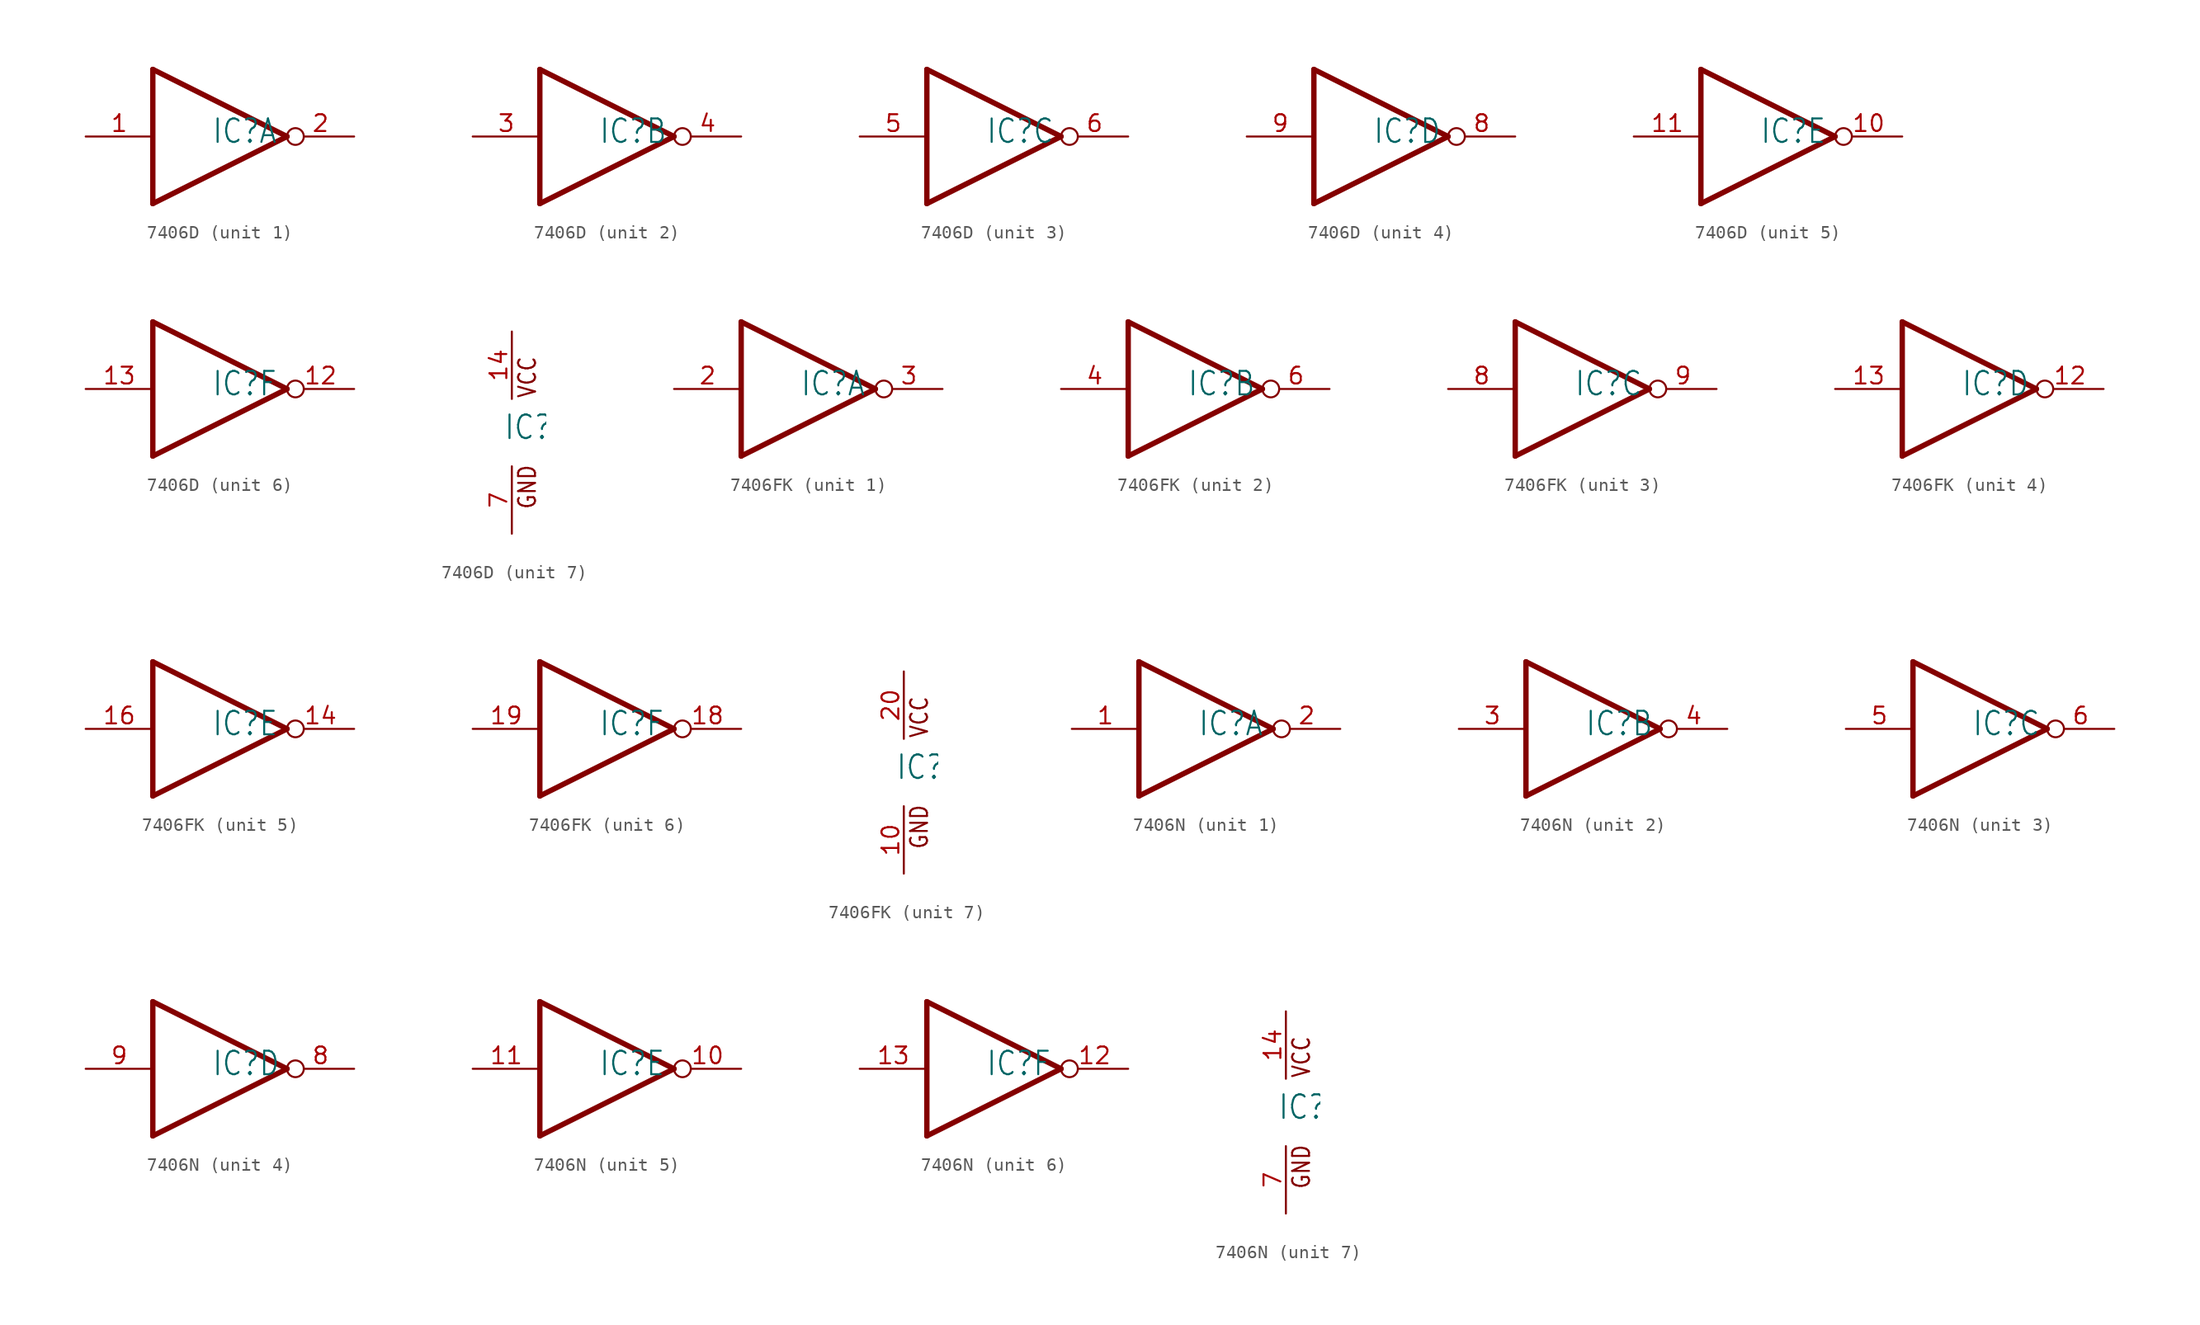
<source format=kicad_sym>
(kicad_symbol_lib
  (version 20231120)
  (generator "kicad_symbol_editor")
  (generator_version "8.0")
  (symbol "7406D"
    (property "Reference" "IC"
      (at -0.635 -0.635 0)
      (effects (font (size 1.778 1.511)) (justify left bottom)))
    (property "ki_locked" ""
      (at 0 0 0)
      (effects (font (size 1.27 1.27))))
    (symbol "7406D_1_0"
      (polyline (pts (xy -5.08 -5.08) (xy -5.08 5.08)) (stroke (width 0.406) (type solid)) (fill (type none)))
      (polyline (pts (xy -5.08 5.08) (xy 5.08 0)) (stroke (width 0.406) (type solid)) (fill (type none)))
      (polyline (pts (xy 5.08 0) (xy -5.08 -5.08)) (stroke (width 0.406) (type solid)) (fill (type none)))
      (pin input line (at -10.16 0 0) (length 5.08) (name "I" (effects (font (size 0 0)))) (number "1" (effects (font (size 1.27 1.27)))))
      (pin open_collector inverted (at 10.16 0 180) (length 5.08) (name "O" (effects (font (size 0 0)))) (number "2" (effects (font (size 1.27 1.27))))))
    (symbol "7406D_2_0"
      (polyline (pts (xy -5.08 -5.08) (xy -5.08 5.08)) (stroke (width 0.406) (type solid)) (fill (type none)))
      (polyline (pts (xy -5.08 5.08) (xy 5.08 0)) (stroke (width 0.406) (type solid)) (fill (type none)))
      (polyline (pts (xy 5.08 0) (xy -5.08 -5.08)) (stroke (width 0.406) (type solid)) (fill (type none)))
      (pin input line (at -10.16 0 0) (length 5.08) (name "I" (effects (font (size 0 0)))) (number "3" (effects (font (size 1.27 1.27)))))
      (pin open_collector inverted (at 10.16 0 180) (length 5.08) (name "O" (effects (font (size 0 0)))) (number "4" (effects (font (size 1.27 1.27))))))
    (symbol "7406D_3_0"
      (polyline (pts (xy -5.08 -5.08) (xy -5.08 5.08)) (stroke (width 0.406) (type solid)) (fill (type none)))
      (polyline (pts (xy -5.08 5.08) (xy 5.08 0)) (stroke (width 0.406) (type solid)) (fill (type none)))
      (polyline (pts (xy 5.08 0) (xy -5.08 -5.08)) (stroke (width 0.406) (type solid)) (fill (type none)))
      (pin input line (at -10.16 0 0) (length 5.08) (name "I" (effects (font (size 0 0)))) (number "5" (effects (font (size 1.27 1.27)))))
      (pin open_collector inverted (at 10.16 0 180) (length 5.08) (name "O" (effects (font (size 0 0)))) (number "6" (effects (font (size 1.27 1.27))))))
    (symbol "7406D_4_0"
      (polyline (pts (xy -5.08 -5.08) (xy -5.08 5.08)) (stroke (width 0.406) (type solid)) (fill (type none)))
      (polyline (pts (xy -5.08 5.08) (xy 5.08 0)) (stroke (width 0.406) (type solid)) (fill (type none)))
      (polyline (pts (xy 5.08 0) (xy -5.08 -5.08)) (stroke (width 0.406) (type solid)) (fill (type none)))
      (pin open_collector inverted (at 10.16 0 180) (length 5.08) (name "O" (effects (font (size 0 0)))) (number "8" (effects (font (size 1.27 1.27)))))
      (pin input line (at -10.16 0 0) (length 5.08) (name "I" (effects (font (size 0 0)))) (number "9" (effects (font (size 1.27 1.27))))))
    (symbol "7406D_5_0"
      (polyline (pts (xy -5.08 -5.08) (xy -5.08 5.08)) (stroke (width 0.406) (type solid)) (fill (type none)))
      (polyline (pts (xy -5.08 5.08) (xy 5.08 0)) (stroke (width 0.406) (type solid)) (fill (type none)))
      (polyline (pts (xy 5.08 0) (xy -5.08 -5.08)) (stroke (width 0.406) (type solid)) (fill (type none)))
      (pin open_collector inverted (at 10.16 0 180) (length 5.08) (name "O" (effects (font (size 0 0)))) (number "10" (effects (font (size 1.27 1.27)))))
      (pin input line (at -10.16 0 0) (length 5.08) (name "I" (effects (font (size 0 0)))) (number "11" (effects (font (size 1.27 1.27))))))
    (symbol "7406D_6_0"
      (polyline (pts (xy -5.08 -5.08) (xy -5.08 5.08)) (stroke (width 0.406) (type solid)) (fill (type none)))
      (polyline (pts (xy -5.08 5.08) (xy 5.08 0)) (stroke (width 0.406) (type solid)) (fill (type none)))
      (polyline (pts (xy 5.08 0) (xy -5.08 -5.08)) (stroke (width 0.406) (type solid)) (fill (type none)))
      (pin open_collector inverted (at 10.16 0 180) (length 5.08) (name "O" (effects (font (size 0 0)))) (number "12" (effects (font (size 1.27 1.27)))))
      (pin input line (at -10.16 0 0) (length 5.08) (name "I" (effects (font (size 0 0)))) (number "13" (effects (font (size 1.27 1.27))))))
    (symbol "7406D_7_0"
      (text "GND" (at 1.905 -5.842 900) (effects (font (size 1.27 1.079)) (justify left bottom)))
      (text "VCC" (at 1.905 2.54 900) (effects (font (size 1.27 1.079)) (justify left bottom)))
      (pin power_in line (at 0 7.62 270) (length 5.08) (name "VCC" (effects (font (size 0 0)))) (number "14" (effects (font (size 1.27 1.27)))))
      (pin power_in line (at 0 -7.62 90) (length 5.08) (name "GND" (effects (font (size 0 0)))) (number "7" (effects (font (size 1.27 1.27)))))))
  (symbol "7406FK"
    (property "Reference" "IC"
      (at -0.635 -0.635 0)
      (effects (font (size 1.778 1.511)) (justify left bottom)))
    (property "ki_locked" ""
      (at 0 0 0)
      (effects (font (size 1.27 1.27))))
    (symbol "7406FK_1_0"
      (polyline (pts (xy -5.08 -5.08) (xy -5.08 5.08)) (stroke (width 0.406) (type solid)) (fill (type none)))
      (polyline (pts (xy -5.08 5.08) (xy 5.08 0)) (stroke (width 0.406) (type solid)) (fill (type none)))
      (polyline (pts (xy 5.08 0) (xy -5.08 -5.08)) (stroke (width 0.406) (type solid)) (fill (type none)))
      (pin input line (at -10.16 0 0) (length 5.08) (name "I" (effects (font (size 0 0)))) (number "2" (effects (font (size 1.27 1.27)))))
      (pin open_collector inverted (at 10.16 0 180) (length 5.08) (name "O" (effects (font (size 0 0)))) (number "3" (effects (font (size 1.27 1.27))))))
    (symbol "7406FK_2_0"
      (polyline (pts (xy -5.08 -5.08) (xy -5.08 5.08)) (stroke (width 0.406) (type solid)) (fill (type none)))
      (polyline (pts (xy -5.08 5.08) (xy 5.08 0)) (stroke (width 0.406) (type solid)) (fill (type none)))
      (polyline (pts (xy 5.08 0) (xy -5.08 -5.08)) (stroke (width 0.406) (type solid)) (fill (type none)))
      (pin input line (at -10.16 0 0) (length 5.08) (name "I" (effects (font (size 0 0)))) (number "4" (effects (font (size 1.27 1.27)))))
      (pin open_collector inverted (at 10.16 0 180) (length 5.08) (name "O" (effects (font (size 0 0)))) (number "6" (effects (font (size 1.27 1.27))))))
    (symbol "7406FK_3_0"
      (polyline (pts (xy -5.08 -5.08) (xy -5.08 5.08)) (stroke (width 0.406) (type solid)) (fill (type none)))
      (polyline (pts (xy -5.08 5.08) (xy 5.08 0)) (stroke (width 0.406) (type solid)) (fill (type none)))
      (polyline (pts (xy 5.08 0) (xy -5.08 -5.08)) (stroke (width 0.406) (type solid)) (fill (type none)))
      (pin input line (at -10.16 0 0) (length 5.08) (name "I" (effects (font (size 0 0)))) (number "8" (effects (font (size 1.27 1.27)))))
      (pin open_collector inverted (at 10.16 0 180) (length 5.08) (name "O" (effects (font (size 0 0)))) (number "9" (effects (font (size 1.27 1.27))))))
    (symbol "7406FK_4_0"
      (polyline (pts (xy -5.08 -5.08) (xy -5.08 5.08)) (stroke (width 0.406) (type solid)) (fill (type none)))
      (polyline (pts (xy -5.08 5.08) (xy 5.08 0)) (stroke (width 0.406) (type solid)) (fill (type none)))
      (polyline (pts (xy 5.08 0) (xy -5.08 -5.08)) (stroke (width 0.406) (type solid)) (fill (type none)))
      (pin open_collector inverted (at 10.16 0 180) (length 5.08) (name "O" (effects (font (size 0 0)))) (number "12" (effects (font (size 1.27 1.27)))))
      (pin input line (at -10.16 0 0) (length 5.08) (name "I" (effects (font (size 0 0)))) (number "13" (effects (font (size 1.27 1.27))))))
    (symbol "7406FK_5_0"
      (polyline (pts (xy -5.08 -5.08) (xy -5.08 5.08)) (stroke (width 0.406) (type solid)) (fill (type none)))
      (polyline (pts (xy -5.08 5.08) (xy 5.08 0)) (stroke (width 0.406) (type solid)) (fill (type none)))
      (polyline (pts (xy 5.08 0) (xy -5.08 -5.08)) (stroke (width 0.406) (type solid)) (fill (type none)))
      (pin open_collector inverted (at 10.16 0 180) (length 5.08) (name "O" (effects (font (size 0 0)))) (number "14" (effects (font (size 1.27 1.27)))))
      (pin input line (at -10.16 0 0) (length 5.08) (name "I" (effects (font (size 0 0)))) (number "16" (effects (font (size 1.27 1.27))))))
    (symbol "7406FK_6_0"
      (polyline (pts (xy -5.08 -5.08) (xy -5.08 5.08)) (stroke (width 0.406) (type solid)) (fill (type none)))
      (polyline (pts (xy -5.08 5.08) (xy 5.08 0)) (stroke (width 0.406) (type solid)) (fill (type none)))
      (polyline (pts (xy 5.08 0) (xy -5.08 -5.08)) (stroke (width 0.406) (type solid)) (fill (type none)))
      (pin open_collector inverted (at 10.16 0 180) (length 5.08) (name "O" (effects (font (size 0 0)))) (number "18" (effects (font (size 1.27 1.27)))))
      (pin input line (at -10.16 0 0) (length 5.08) (name "I" (effects (font (size 0 0)))) (number "19" (effects (font (size 1.27 1.27))))))
    (symbol "7406FK_7_0"
      (text "GND" (at 1.905 -5.842 900) (effects (font (size 1.27 1.079)) (justify left bottom)))
      (text "VCC" (at 1.905 2.54 900) (effects (font (size 1.27 1.079)) (justify left bottom)))
      (pin power_in line (at 0 -7.62 90) (length 5.08) (name "GND" (effects (font (size 0 0)))) (number "10" (effects (font (size 1.27 1.27)))))
      (pin power_in line (at 0 7.62 270) (length 5.08) (name "VCC" (effects (font (size 0 0)))) (number "20" (effects (font (size 1.27 1.27)))))))
  (symbol "7406N"
    (property "Reference" "IC"
      (at -0.635 -0.635 0)
      (effects (font (size 1.778 1.511)) (justify left bottom)))
    (property "ki_locked" ""
      (at 0 0 0)
      (effects (font (size 1.27 1.27))))
    (symbol "7406N_1_0"
      (polyline (pts (xy -5.08 -5.08) (xy -5.08 5.08)) (stroke (width 0.406) (type solid)) (fill (type none)))
      (polyline (pts (xy -5.08 5.08) (xy 5.08 0)) (stroke (width 0.406) (type solid)) (fill (type none)))
      (polyline (pts (xy 5.08 0) (xy -5.08 -5.08)) (stroke (width 0.406) (type solid)) (fill (type none)))
      (pin input line (at -10.16 0 0) (length 5.08) (name "I" (effects (font (size 0 0)))) (number "1" (effects (font (size 1.27 1.27)))))
      (pin open_collector inverted (at 10.16 0 180) (length 5.08) (name "O" (effects (font (size 0 0)))) (number "2" (effects (font (size 1.27 1.27))))))
    (symbol "7406N_2_0"
      (polyline (pts (xy -5.08 -5.08) (xy -5.08 5.08)) (stroke (width 0.406) (type solid)) (fill (type none)))
      (polyline (pts (xy -5.08 5.08) (xy 5.08 0)) (stroke (width 0.406) (type solid)) (fill (type none)))
      (polyline (pts (xy 5.08 0) (xy -5.08 -5.08)) (stroke (width 0.406) (type solid)) (fill (type none)))
      (pin input line (at -10.16 0 0) (length 5.08) (name "I" (effects (font (size 0 0)))) (number "3" (effects (font (size 1.27 1.27)))))
      (pin open_collector inverted (at 10.16 0 180) (length 5.08) (name "O" (effects (font (size 0 0)))) (number "4" (effects (font (size 1.27 1.27))))))
    (symbol "7406N_3_0"
      (polyline (pts (xy -5.08 -5.08) (xy -5.08 5.08)) (stroke (width 0.406) (type solid)) (fill (type none)))
      (polyline (pts (xy -5.08 5.08) (xy 5.08 0)) (stroke (width 0.406) (type solid)) (fill (type none)))
      (polyline (pts (xy 5.08 0) (xy -5.08 -5.08)) (stroke (width 0.406) (type solid)) (fill (type none)))
      (pin input line (at -10.16 0 0) (length 5.08) (name "I" (effects (font (size 0 0)))) (number "5" (effects (font (size 1.27 1.27)))))
      (pin open_collector inverted (at 10.16 0 180) (length 5.08) (name "O" (effects (font (size 0 0)))) (number "6" (effects (font (size 1.27 1.27))))))
    (symbol "7406N_4_0"
      (polyline (pts (xy -5.08 -5.08) (xy -5.08 5.08)) (stroke (width 0.406) (type solid)) (fill (type none)))
      (polyline (pts (xy -5.08 5.08) (xy 5.08 0)) (stroke (width 0.406) (type solid)) (fill (type none)))
      (polyline (pts (xy 5.08 0) (xy -5.08 -5.08)) (stroke (width 0.406) (type solid)) (fill (type none)))
      (pin open_collector inverted (at 10.16 0 180) (length 5.08) (name "O" (effects (font (size 0 0)))) (number "8" (effects (font (size 1.27 1.27)))))
      (pin input line (at -10.16 0 0) (length 5.08) (name "I" (effects (font (size 0 0)))) (number "9" (effects (font (size 1.27 1.27))))))
    (symbol "7406N_5_0"
      (polyline (pts (xy -5.08 -5.08) (xy -5.08 5.08)) (stroke (width 0.406) (type solid)) (fill (type none)))
      (polyline (pts (xy -5.08 5.08) (xy 5.08 0)) (stroke (width 0.406) (type solid)) (fill (type none)))
      (polyline (pts (xy 5.08 0) (xy -5.08 -5.08)) (stroke (width 0.406) (type solid)) (fill (type none)))
      (pin open_collector inverted (at 10.16 0 180) (length 5.08) (name "O" (effects (font (size 0 0)))) (number "10" (effects (font (size 1.27 1.27)))))
      (pin input line (at -10.16 0 0) (length 5.08) (name "I" (effects (font (size 0 0)))) (number "11" (effects (font (size 1.27 1.27))))))
    (symbol "7406N_6_0"
      (polyline (pts (xy -5.08 -5.08) (xy -5.08 5.08)) (stroke (width 0.406) (type solid)) (fill (type none)))
      (polyline (pts (xy -5.08 5.08) (xy 5.08 0)) (stroke (width 0.406) (type solid)) (fill (type none)))
      (polyline (pts (xy 5.08 0) (xy -5.08 -5.08)) (stroke (width 0.406) (type solid)) (fill (type none)))
      (pin open_collector inverted (at 10.16 0 180) (length 5.08) (name "O" (effects (font (size 0 0)))) (number "12" (effects (font (size 1.27 1.27)))))
      (pin input line (at -10.16 0 0) (length 5.08) (name "I" (effects (font (size 0 0)))) (number "13" (effects (font (size 1.27 1.27))))))
    (symbol "7406N_7_0"
      (text "GND" (at 1.905 -5.842 900) (effects (font (size 1.27 1.079)) (justify left bottom)))
      (text "VCC" (at 1.905 2.54 900) (effects (font (size 1.27 1.079)) (justify left bottom)))
      (pin power_in line (at 0 7.62 270) (length 5.08) (name "VCC" (effects (font (size 0 0)))) (number "14" (effects (font (size 1.27 1.27)))))
      (pin power_in line (at 0 -7.62 90) (length 5.08) (name "GND" (effects (font (size 0 0)))) (number "7" (effects (font (size 1.27 1.27))))))))
</source>
